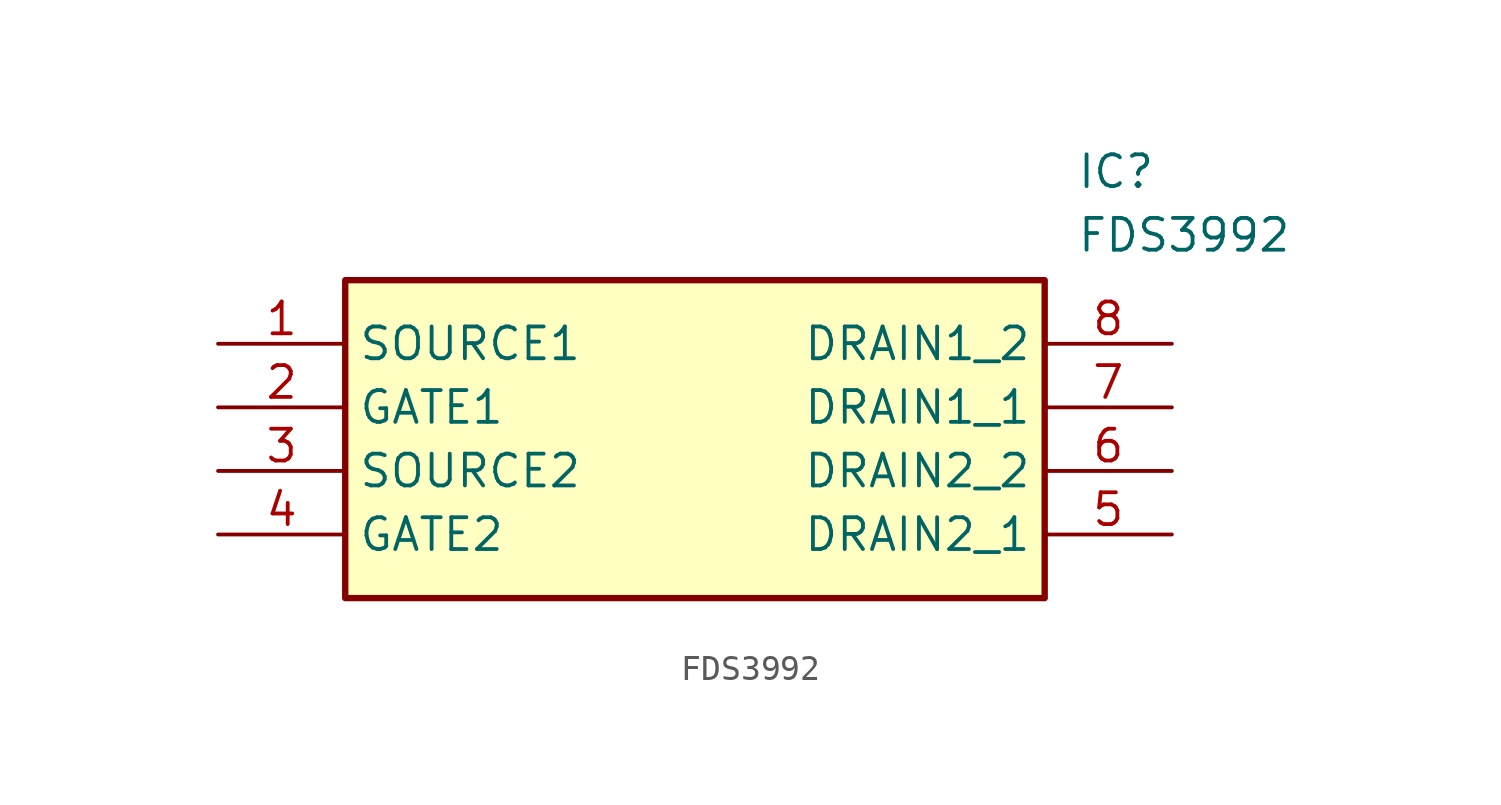
<source format=kicad_sym>
(kicad_symbol_lib
  (version 20211014)
  (generator SamacSys_ECAD_Model)
  (symbol "FDS3992"
    (property "Reference" "IC"
      (at 34.29 7.62 0)
      (effects (font (size 1.27 1.27)) (justify left top)))
    (property "Value" "FDS3992"
      (at 34.29 5.08 0)
      (effects (font (size 1.27 1.27)) (justify left top)))
    (rectangle
      (start 5.08 2.54)
      (end 33.02 -10.16)
      (stroke (width 0.254) (type default))
      (fill (type background)))
    (pin passive line
      (at 0 0 0)
      (length 5.08)
      (name "SOURCE1" (effects (font (size 1.27 1.27))))
      (number "1" (effects (font (size 1.27 1.27)))))
    (pin passive line
      (at 0 -2.54 0)
      (length 5.08)
      (name "GATE1" (effects (font (size 1.27 1.27))))
      (number "2" (effects (font (size 1.27 1.27)))))
    (pin passive line
      (at 0 -5.08 0)
      (length 5.08)
      (name "SOURCE2" (effects (font (size 1.27 1.27))))
      (number "3" (effects (font (size 1.27 1.27)))))
    (pin passive line
      (at 0 -7.62 0)
      (length 5.08)
      (name "GATE2" (effects (font (size 1.27 1.27))))
      (number "4" (effects (font (size 1.27 1.27)))))
    (pin passive line
      (at 38.1 0 180)
      (length 5.08)
      (name "DRAIN1_2" (effects (font (size 1.27 1.27))))
      (number "8" (effects (font (size 1.27 1.27)))))
    (pin passive line
      (at 38.1 -2.54 180)
      (length 5.08)
      (name "DRAIN1_1" (effects (font (size 1.27 1.27))))
      (number "7" (effects (font (size 1.27 1.27)))))
    (pin passive line
      (at 38.1 -5.08 180)
      (length 5.08)
      (name "DRAIN2_2" (effects (font (size 1.27 1.27))))
      (number "6" (effects (font (size 1.27 1.27)))))
    (pin passive line
      (at 38.1 -7.62 180)
      (length 5.08)
      (name "DRAIN2_1" (effects (font (size 1.27 1.27))))
      (number "5" (effects (font (size 1.27 1.27)))))))
</source>
